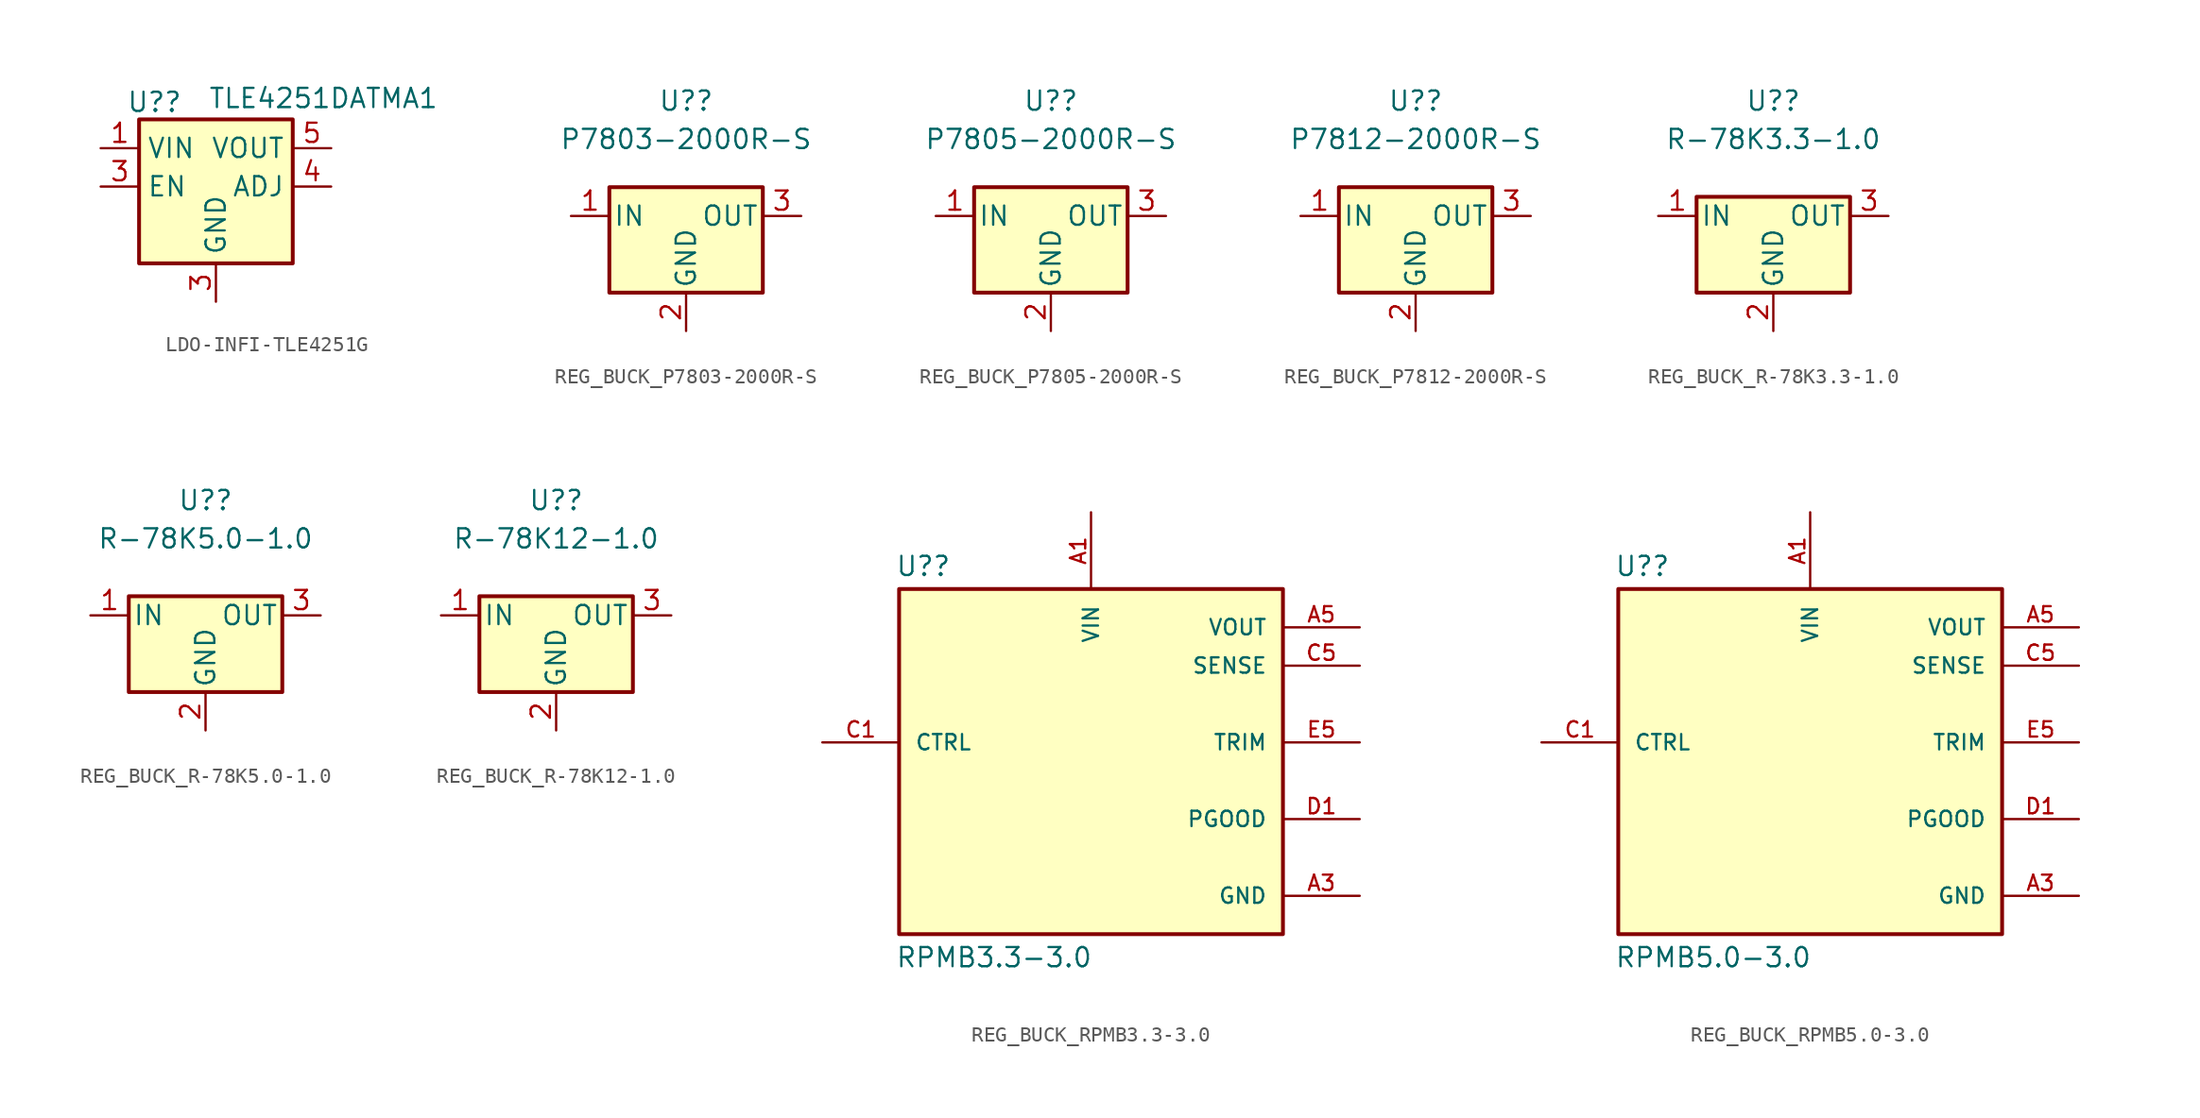
<source format=kicad_sym>
(kicad_symbol_lib
  (version 20231120)
  (generator "kicad_symbol_editor")
  (generator_version "8.0")
  (symbol "LDO-INFI-TLE4251G"
    (property "Reference" "U?"
      (at -4.064 1.778 0)
      (effects (font (size 1.27 1.27))))
    (property "Value" "TLE4251DATMA1"
      (at 7.112 2.032 0)
      (effects (font (size 1.27 1.27))))
    (symbol "LDO-INFI-TLE4251G_0_1"
      (rectangle (start -5.08 0.635) (end 5.08 -8.89) (stroke (width 0.254) (type default)) (fill (type background))))
    (symbol "LDO-INFI-TLE4251G_1_1"
      (pin power_in line (at -7.62 -1.27 0) (length 2.54) (name "VIN" (effects (font (size 1.27 1.27)))) (number "1" (effects (font (size 1.27 1.27)))))
      (pin input line (at -7.62 -3.81 0) (length 2.54) (name "EN" (effects (font (size 1.27 1.27)))) (number "3" (effects (font (size 1.27 1.27)))))
      (pin power_in line (at 0 -11.43 90) (length 2.54) (name "GND" (effects (font (size 1.27 1.27)))) (number "3" (effects (font (size 1.27 1.27)))))
      (pin input line (at 7.62 -3.81 180) (length 2.54) (name "ADJ" (effects (font (size 1.27 1.27)))) (number "4" (effects (font (size 1.27 1.27)))))
      (pin power_out line (at 7.62 -1.27 180) (length 2.54) (name "VOUT" (effects (font (size 1.27 1.27)))) (number "5" (effects (font (size 1.27 1.27)))))))
  (symbol "REG_BUCK_P7803-2000R-S"
    (pin_names
      (offset 0.254))
    (property "Reference" "U?"
      (at 0 7.62 0)
      (effects (font (size 1.27 1.27))))
    (property "Value" " P7803-2000R-S"
      (at 0 5.08 0)
      (effects (font (size 1.27 1.27))))
    (symbol "REG_BUCK_P7803-2000R-S_0_1"
      (rectangle (start -5.08 1.905) (end 5.08 -5.08) (stroke (width 0.254) (type default)) (fill (type background))))
    (symbol "REG_BUCK_P7803-2000R-S_1_1"
      (pin power_in line (at -7.62 0 0) (length 2.54) (name "IN" (effects (font (size 1.27 1.27)))) (number "1" (effects (font (size 1.27 1.27)))))
      (pin power_in line (at 0 -7.62 90) (length 2.54) (name "GND" (effects (font (size 1.27 1.27)))) (number "2" (effects (font (size 1.27 1.27)))))
      (pin power_out line (at 7.62 0 180) (length 2.54) (name "OUT" (effects (font (size 1.27 1.27)))) (number "3" (effects (font (size 1.27 1.27)))))))
  (symbol "REG_BUCK_P7805-2000R-S"
    (pin_names
      (offset 0.254))
    (property "Reference" "U?"
      (at 0 7.62 0)
      (effects (font (size 1.27 1.27))))
    (property "Value" " P7805-2000R-S"
      (at 0 5.08 0)
      (effects (font (size 1.27 1.27))))
    (symbol "REG_BUCK_P7805-2000R-S_0_1"
      (rectangle (start -5.08 1.905) (end 5.08 -5.08) (stroke (width 0.254) (type default)) (fill (type background))))
    (symbol "REG_BUCK_P7805-2000R-S_1_1"
      (pin power_in line (at -7.62 0 0) (length 2.54) (name "IN" (effects (font (size 1.27 1.27)))) (number "1" (effects (font (size 1.27 1.27)))))
      (pin power_in line (at 0 -7.62 90) (length 2.54) (name "GND" (effects (font (size 1.27 1.27)))) (number "2" (effects (font (size 1.27 1.27)))))
      (pin power_out line (at 7.62 0 180) (length 2.54) (name "OUT" (effects (font (size 1.27 1.27)))) (number "3" (effects (font (size 1.27 1.27)))))))
  (symbol "REG_BUCK_P7812-2000R-S"
    (pin_names
      (offset 0.254))
    (property "Reference" "U?"
      (at 0 7.62 0)
      (effects (font (size 1.27 1.27))))
    (property "Value" "P7812-2000R-S"
      (at 0 5.08 0)
      (effects (font (size 1.27 1.27))))
    (symbol "REG_BUCK_P7812-2000R-S_0_1"
      (rectangle (start -5.08 1.905) (end 5.08 -5.08) (stroke (width 0.254) (type default)) (fill (type background))))
    (symbol "REG_BUCK_P7812-2000R-S_1_1"
      (pin power_in line (at -7.62 0 0) (length 2.54) (name "IN" (effects (font (size 1.27 1.27)))) (number "1" (effects (font (size 1.27 1.27)))))
      (pin power_in line (at 0 -7.62 90) (length 2.54) (name "GND" (effects (font (size 1.27 1.27)))) (number "2" (effects (font (size 1.27 1.27)))))
      (pin power_out line (at 7.62 0 180) (length 2.54) (name "OUT" (effects (font (size 1.27 1.27)))) (number "3" (effects (font (size 1.27 1.27)))))))
  (symbol "REG_BUCK_R-78K3.3-1.0"
    (pin_names
      (offset 0.254))
    (property "Reference" "U?"
      (at 0 7.62 0)
      (effects (font (size 1.27 1.27))))
    (property "Value" "R-78K3.3-1.0"
      (at 0 5.08 0)
      (effects (font (size 1.27 1.27))))
    (symbol "REG_BUCK_R-78K3.3-1.0_0_1"
      (rectangle (start -5.08 1.27) (end 5.08 -5.08) (stroke (width 0.254) (type default)) (fill (type background))))
    (symbol "REG_BUCK_R-78K3.3-1.0_1_1"
      (pin power_in line (at -7.62 0 0) (length 2.54) (name "IN" (effects (font (size 1.27 1.27)))) (number "1" (effects (font (size 1.27 1.27)))))
      (pin power_in line (at 0 -7.62 90) (length 2.54) (name "GND" (effects (font (size 1.27 1.27)))) (number "2" (effects (font (size 1.27 1.27)))))
      (pin power_out line (at 7.62 0 180) (length 2.54) (name "OUT" (effects (font (size 1.27 1.27)))) (number "3" (effects (font (size 1.27 1.27)))))))
  (symbol "REG_BUCK_R-78K5.0-1.0"
    (pin_names
      (offset 0.254))
    (property "Reference" "U?"
      (at 0 7.62 0)
      (effects (font (size 1.27 1.27))))
    (property "Value" "R-78K5.0-1.0"
      (at 0 5.08 0)
      (effects (font (size 1.27 1.27))))
    (symbol "REG_BUCK_R-78K5.0-1.0_0_1"
      (rectangle (start -5.08 1.27) (end 5.08 -5.08) (stroke (width 0.254) (type default)) (fill (type background))))
    (symbol "REG_BUCK_R-78K5.0-1.0_1_1"
      (pin power_in line (at -7.62 0 0) (length 2.54) (name "IN" (effects (font (size 1.27 1.27)))) (number "1" (effects (font (size 1.27 1.27)))))
      (pin power_in line (at 0 -7.62 90) (length 2.54) (name "GND" (effects (font (size 1.27 1.27)))) (number "2" (effects (font (size 1.27 1.27)))))
      (pin power_out line (at 7.62 0 180) (length 2.54) (name "OUT" (effects (font (size 1.27 1.27)))) (number "3" (effects (font (size 1.27 1.27)))))))
  (symbol "REG_BUCK_R-78K12-1.0"
    (pin_names
      (offset 0.254))
    (property "Reference" "U?"
      (at 0 7.62 0)
      (effects (font (size 1.27 1.27))))
    (property "Value" "R-78K12-1.0"
      (at 0 5.08 0)
      (effects (font (size 1.27 1.27))))
    (symbol "REG_BUCK_R-78K12-1.0_0_1"
      (rectangle (start -5.08 1.27) (end 5.08 -5.08) (stroke (width 0.254) (type default)) (fill (type background))))
    (symbol "REG_BUCK_R-78K12-1.0_1_1"
      (pin power_in line (at -7.62 0 0) (length 2.54) (name "IN" (effects (font (size 1.27 1.27)))) (number "1" (effects (font (size 1.27 1.27)))))
      (pin power_in line (at 0 -7.62 90) (length 2.54) (name "GND" (effects (font (size 1.27 1.27)))) (number "2" (effects (font (size 1.27 1.27)))))
      (pin power_out line (at 7.62 0 180) (length 2.54) (name "OUT" (effects (font (size 1.27 1.27)))) (number "3" (effects (font (size 1.27 1.27)))))))
  (symbol "REG_BUCK_RPMB3.3-3.0"
    (pin_names
      (offset 1.016))
    (property "Reference" "U?"
      (at -12.954 13.462 0)
      (effects (font (size 1.27 1.27)) (justify left bottom)))
    (property "Value" "RPMB3.3-3.0"
      (at -12.954 -12.446 0)
      (effects (font (size 1.27 1.27)) (justify left bottom)))
    (symbol "REG_BUCK_RPMB3.3-3.0_0_0"
      (rectangle (start -12.7 -10.16) (end 12.7 12.7) (stroke (width 0.254) (type default)) (fill (type background)))
      (pin input line (at 0 17.78 270) (length 5.08) (name "VIN" (effects (font (size 1.016 1.016)))) (number "A1" (effects (font (size 1.016 1.016)))))
      (pin power_in line (at 17.78 -7.62 180) (length 5.08) (name "GND" (effects (font (size 1.016 1.016)))) (number "A3" (effects (font (size 1.016 1.016)))))
      (pin power_in line (at 17.78 -7.62 180) (length 5.08) hide (name "GND" (effects (font (size 1.016 1.016)))) (number "A4" (effects (font (size 1.016 1.016)))))
      (pin output line (at 17.78 10.16 180) (length 5.08) (name "VOUT" (effects (font (size 1.016 1.016)))) (number "A5" (effects (font (size 1.016 1.016)))))
      (pin power_in line (at 17.78 -7.62 180) (length 5.08) hide (name "GND" (effects (font (size 1.016 1.016)))) (number "B1" (effects (font (size 1.016 1.016)))))
      (pin power_in line (at 17.78 -7.62 180) (length 5.08) hide (name "GND" (effects (font (size 1.016 1.016)))) (number "B2" (effects (font (size 1.016 1.016)))))
      (pin power_in line (at 17.78 -7.62 180) (length 5.08) hide (name "GND" (effects (font (size 1.016 1.016)))) (number "B3" (effects (font (size 1.016 1.016)))))
      (pin power_in line (at 17.78 -7.62 180) (length 5.08) hide (name "GND" (effects (font (size 1.016 1.016)))) (number "B4" (effects (font (size 1.016 1.016)))))
      (pin output line (at 17.78 10.16 180) (length 5.08) hide (name "VOUT" (effects (font (size 1.016 1.016)))) (number "B5" (effects (font (size 1.016 1.016)))))
      (pin input line (at -17.78 2.54 0) (length 5.08) (name "CTRL" (effects (font (size 1.016 1.016)))) (number "C1" (effects (font (size 1.016 1.016)))))
      (pin power_in line (at 17.78 -7.62 180) (length 5.08) hide (name "GND" (effects (font (size 1.016 1.016)))) (number "C2" (effects (font (size 1.016 1.016)))))
      (pin power_in line (at 17.78 -7.62 180) (length 5.08) hide (name "GND" (effects (font (size 1.016 1.016)))) (number "C3" (effects (font (size 1.016 1.016)))))
      (pin power_in line (at 17.78 -7.62 180) (length 5.08) hide (name "GND" (effects (font (size 1.016 1.016)))) (number "C4" (effects (font (size 1.016 1.016)))))
      (pin input line (at 17.78 7.62 180) (length 5.08) (name "SENSE" (effects (font (size 1.016 1.016)))) (number "C5" (effects (font (size 1.016 1.016)))))
      (pin output line (at 17.78 -2.54 180) (length 5.08) (name "PGOOD" (effects (font (size 1.016 1.016)))) (number "D1" (effects (font (size 1.016 1.016)))))
      (pin power_in line (at 17.78 -7.62 180) (length 5.08) hide (name "GND" (effects (font (size 1.016 1.016)))) (number "D2" (effects (font (size 1.016 1.016)))))
      (pin power_in line (at 17.78 -7.62 180) (length 5.08) hide (name "GND" (effects (font (size 1.016 1.016)))) (number "D3" (effects (font (size 1.016 1.016)))))
      (pin power_in line (at 17.78 -7.62 180) (length 5.08) hide (name "GND" (effects (font (size 1.016 1.016)))) (number "D4" (effects (font (size 1.016 1.016)))))
      (pin power_in line (at 17.78 -7.62 180) (length 5.08) hide (name "GND" (effects (font (size 1.016 1.016)))) (number "D5" (effects (font (size 1.016 1.016)))))
      (pin power_in line (at 17.78 -7.62 180) (length 5.08) hide (name "GND" (effects (font (size 1.016 1.016)))) (number "E3" (effects (font (size 1.016 1.016)))))
      (pin power_in line (at 17.78 -7.62 180) (length 5.08) hide (name "GND" (effects (font (size 1.016 1.016)))) (number "E4" (effects (font (size 1.016 1.016)))))
      (pin passive line (at 17.78 2.54 180) (length 5.08) (name "TRIM" (effects (font (size 1.016 1.016)))) (number "E5" (effects (font (size 1.016 1.016))))))
    (symbol "REG_BUCK_RPMB3.3-3.0_1_0"
      (pin input line (at 0 17.78 270) (length 5.08) hide (name "VIN" (effects (font (size 1.016 1.016)))) (number "A2" (effects (font (size 1.016 1.016)))))
      (pin no_connect line (at -17.78 -2.54 0) (length 5.08) hide (name "NC" (effects (font (size 1.016 1.016)))) (number "E1" (effects (font (size 1.016 1.016)))))
      (pin no_connect line (at -17.78 -2.54 0) (length 5.08) hide (name "NC" (effects (font (size 1.016 1.016)))) (number "E2" (effects (font (size 1.016 1.016)))))))
  (symbol "REG_BUCK_RPMB5.0-3.0"
    (pin_names
      (offset 1.016))
    (property "Reference" "U?"
      (at -12.954 13.462 0)
      (effects (font (size 1.27 1.27)) (justify left bottom)))
    (property "Value" "RPMB5.0-3.0"
      (at -12.954 -12.446 0)
      (effects (font (size 1.27 1.27)) (justify left bottom)))
    (symbol "REG_BUCK_RPMB5.0-3.0_0_0"
      (rectangle (start -12.7 -10.16) (end 12.7 12.7) (stroke (width 0.254) (type default)) (fill (type background)))
      (pin input line (at 0 17.78 270) (length 5.08) (name "VIN" (effects (font (size 1.016 1.016)))) (number "A1" (effects (font (size 1.016 1.016)))))
      (pin power_in line (at 17.78 -7.62 180) (length 5.08) (name "GND" (effects (font (size 1.016 1.016)))) (number "A3" (effects (font (size 1.016 1.016)))))
      (pin power_in line (at 17.78 -7.62 180) (length 5.08) hide (name "GND" (effects (font (size 1.016 1.016)))) (number "A4" (effects (font (size 1.016 1.016)))))
      (pin output line (at 17.78 10.16 180) (length 5.08) (name "VOUT" (effects (font (size 1.016 1.016)))) (number "A5" (effects (font (size 1.016 1.016)))))
      (pin power_in line (at 17.78 -7.62 180) (length 5.08) hide (name "GND" (effects (font (size 1.016 1.016)))) (number "B1" (effects (font (size 1.016 1.016)))))
      (pin power_in line (at 17.78 -7.62 180) (length 5.08) hide (name "GND" (effects (font (size 1.016 1.016)))) (number "B2" (effects (font (size 1.016 1.016)))))
      (pin power_in line (at 17.78 -7.62 180) (length 5.08) hide (name "GND" (effects (font (size 1.016 1.016)))) (number "B3" (effects (font (size 1.016 1.016)))))
      (pin power_in line (at 17.78 -7.62 180) (length 5.08) hide (name "GND" (effects (font (size 1.016 1.016)))) (number "B4" (effects (font (size 1.016 1.016)))))
      (pin output line (at 17.78 10.16 180) (length 5.08) hide (name "VOUT" (effects (font (size 1.016 1.016)))) (number "B5" (effects (font (size 1.016 1.016)))))
      (pin input line (at -17.78 2.54 0) (length 5.08) (name "CTRL" (effects (font (size 1.016 1.016)))) (number "C1" (effects (font (size 1.016 1.016)))))
      (pin power_in line (at 17.78 -7.62 180) (length 5.08) hide (name "GND" (effects (font (size 1.016 1.016)))) (number "C2" (effects (font (size 1.016 1.016)))))
      (pin power_in line (at 17.78 -7.62 180) (length 5.08) hide (name "GND" (effects (font (size 1.016 1.016)))) (number "C3" (effects (font (size 1.016 1.016)))))
      (pin power_in line (at 17.78 -7.62 180) (length 5.08) hide (name "GND" (effects (font (size 1.016 1.016)))) (number "C4" (effects (font (size 1.016 1.016)))))
      (pin input line (at 17.78 7.62 180) (length 5.08) (name "SENSE" (effects (font (size 1.016 1.016)))) (number "C5" (effects (font (size 1.016 1.016)))))
      (pin output line (at 17.78 -2.54 180) (length 5.08) (name "PGOOD" (effects (font (size 1.016 1.016)))) (number "D1" (effects (font (size 1.016 1.016)))))
      (pin power_in line (at 17.78 -7.62 180) (length 5.08) hide (name "GND" (effects (font (size 1.016 1.016)))) (number "D2" (effects (font (size 1.016 1.016)))))
      (pin power_in line (at 17.78 -7.62 180) (length 5.08) hide (name "GND" (effects (font (size 1.016 1.016)))) (number "D3" (effects (font (size 1.016 1.016)))))
      (pin power_in line (at 17.78 -7.62 180) (length 5.08) hide (name "GND" (effects (font (size 1.016 1.016)))) (number "D4" (effects (font (size 1.016 1.016)))))
      (pin power_in line (at 17.78 -7.62 180) (length 5.08) hide (name "GND" (effects (font (size 1.016 1.016)))) (number "D5" (effects (font (size 1.016 1.016)))))
      (pin power_in line (at 17.78 -7.62 180) (length 5.08) hide (name "GND" (effects (font (size 1.016 1.016)))) (number "E3" (effects (font (size 1.016 1.016)))))
      (pin power_in line (at 17.78 -7.62 180) (length 5.08) hide (name "GND" (effects (font (size 1.016 1.016)))) (number "E4" (effects (font (size 1.016 1.016)))))
      (pin passive line (at 17.78 2.54 180) (length 5.08) (name "TRIM" (effects (font (size 1.016 1.016)))) (number "E5" (effects (font (size 1.016 1.016))))))
    (symbol "REG_BUCK_RPMB5.0-3.0_1_0"
      (pin input line (at 0 17.78 270) (length 5.08) hide (name "VIN" (effects (font (size 1.016 1.016)))) (number "A2" (effects (font (size 1.016 1.016)))))
      (pin no_connect line (at -17.78 -2.54 0) (length 5.08) hide (name "NC" (effects (font (size 1.016 1.016)))) (number "E1" (effects (font (size 1.016 1.016)))))
      (pin no_connect line (at -17.78 -2.54 0) (length 5.08) hide (name "NC" (effects (font (size 1.016 1.016)))) (number "E2" (effects (font (size 1.016 1.016))))))))
</source>
